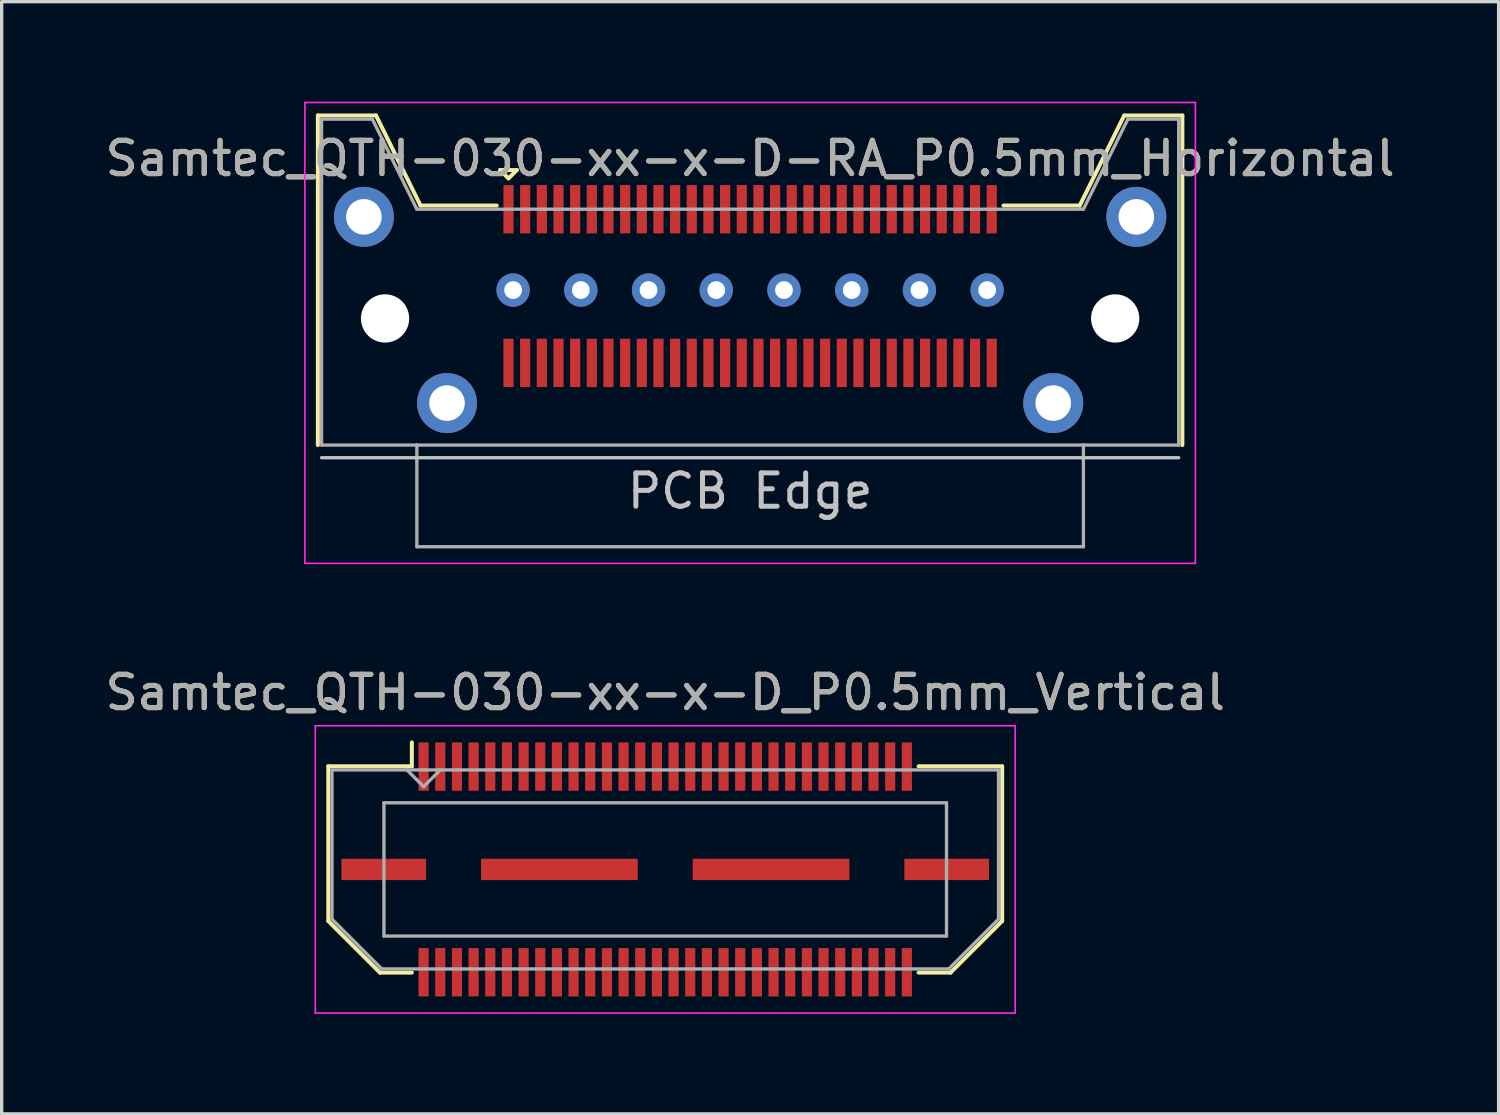
<source format=kicad_pcb>
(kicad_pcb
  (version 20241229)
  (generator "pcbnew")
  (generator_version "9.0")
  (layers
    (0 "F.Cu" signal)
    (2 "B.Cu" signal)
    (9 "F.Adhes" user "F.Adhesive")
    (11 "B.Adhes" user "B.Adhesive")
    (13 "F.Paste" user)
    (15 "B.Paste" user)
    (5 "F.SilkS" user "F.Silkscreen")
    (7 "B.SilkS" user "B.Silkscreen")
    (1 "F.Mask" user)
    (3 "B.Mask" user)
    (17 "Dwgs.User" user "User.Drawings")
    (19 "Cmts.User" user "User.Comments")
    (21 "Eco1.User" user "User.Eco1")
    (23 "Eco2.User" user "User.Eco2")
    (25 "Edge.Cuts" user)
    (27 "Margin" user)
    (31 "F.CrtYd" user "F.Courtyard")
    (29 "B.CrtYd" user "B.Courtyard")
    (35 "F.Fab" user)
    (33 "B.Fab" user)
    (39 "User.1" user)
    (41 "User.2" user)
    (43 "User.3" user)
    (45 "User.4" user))
  (footprint "Samtec_QTH-030-xx-x-D_P0.5mm_Vertical"
    (layer "F.Cu")
    (at 16.911 23.038)
    (property "Reference" "Samtec_QTH-030-xx-x-D_P0.5mm_Vertical" (at 0 -5.31 0) (layer "F.SilkS") (effects (font (size 1 1) (thickness 0.15))))
    (attr smd)
    (fp_line (start -10.11 -3.095) (end -10.11 1.548) (stroke (width 0.12) (type solid)) (layer "F.SilkS"))
    (fp_line (start -10.11 1.548) (end -8.562 3.095) (stroke (width 0.12) (type solid)) (layer "F.SilkS"))
    (fp_line (start -8.562 3.095) (end -7.603 3.095) (stroke (width 0.12) (type solid)) (layer "F.SilkS"))
    (fp_line (start -7.603 -3.811) (end -7.603 -3.095) (stroke (width 0.12) (type solid)) (layer "F.SilkS"))
    (fp_line (start -7.603 -3.095) (end -10.11 -3.095) (stroke (width 0.12) (type solid)) (layer "F.SilkS"))
    (fp_line (start 7.603 -3.095) (end 10.11 -3.095) (stroke (width 0.12) (type solid)) (layer "F.SilkS"))
    (fp_line (start 8.562 3.095) (end 7.603 3.095) (stroke (width 0.12) (type solid)) (layer "F.SilkS"))
    (fp_line (start 10.11 -3.095) (end 10.11 1.548) (stroke (width 0.12) (type solid)) (layer "F.SilkS"))
    (fp_line (start 10.11 1.548) (end 8.562 3.095) (stroke (width 0.12) (type solid)) (layer "F.SilkS"))
    (fp_line (start -10.5 -4.31) (end -10.5 4.31) (stroke (width 0.05) (type solid)) (layer "F.CrtYd"))
    (fp_line (start -10.5 4.31) (end 10.5 4.31) (stroke (width 0.05) (type solid)) (layer "F.CrtYd"))
    (fp_line (start 10.5 -4.31) (end -10.5 -4.31) (stroke (width 0.05) (type solid)) (layer "F.CrtYd"))
    (fp_line (start 10.5 4.31) (end 10.5 -4.31) (stroke (width 0.05) (type solid)) (layer "F.CrtYd"))
    (fp_line (start -10 -2.985) (end -10 1.492) (stroke (width 0.1) (type solid)) (layer "F.Fab"))
    (fp_line (start -10 -2.985) (end 10 -2.985) (stroke (width 0.1) (type solid)) (layer "F.Fab"))
    (fp_line (start -10 1.492) (end -8.508 2.985) (stroke (width 0.1) (type solid)) (layer "F.Fab"))
    (fp_line (start -8.508 2.985) (end 8.508 2.985) (stroke (width 0.1) (type solid)) (layer "F.Fab"))
    (fp_line (start -8.44 -2) (end -8.44 2) (stroke (width 0.1) (type solid)) (layer "F.Fab"))
    (fp_line (start -8.44 2) (end 8.44 2) (stroke (width 0.1) (type solid)) (layer "F.Fab"))
    (fp_line (start -7.25 -2.485) (end -7.75 -2.985) (stroke (width 0.1) (type solid)) (layer "F.Fab"))
    (fp_line (start -6.75 -2.985) (end -7.25 -2.485) (stroke (width 0.1) (type solid)) (layer "F.Fab"))
    (fp_line (start 8.44 -2) (end -8.44 -2) (stroke (width 0.1) (type solid)) (layer "F.Fab"))
    (fp_line (start 8.44 2) (end 8.44 -2) (stroke (width 0.1) (type solid)) (layer "F.Fab"))
    (fp_line (start 10 -2.985) (end 10 1.492) (stroke (width 0.1) (type solid)) (layer "F.Fab"))
    (fp_line (start 10 1.492) (end 8.508 2.985) (stroke (width 0.1) (type solid)) (layer "F.Fab"))
    (fp_text user "${REFERENCE}" (at 0 -5.31 0) (layer "F.Fab") (effects (font (size 1 1) (thickness 0.15))))
    (pad "1" smd rect (at -7.25 -3.086) (size 0.305 1.45) (layers "F.Cu" "F.Mask" "F.Paste"))
    (pad "2" smd rect (at -7.25 3.086) (size 0.305 1.45) (layers "F.Cu" "F.Mask" "F.Paste"))
    (pad "3" smd rect (at -6.75 -3.086) (size 0.305 1.45) (layers "F.Cu" "F.Mask" "F.Paste"))
    (pad "4" smd rect (at -6.75 3.086) (size 0.305 1.45) (layers "F.Cu" "F.Mask" "F.Paste"))
    (pad "5" smd rect (at -6.25 -3.086) (size 0.305 1.45) (layers "F.Cu" "F.Mask" "F.Paste"))
    (pad "6" smd rect (at -6.25 3.086) (size 0.305 1.45) (layers "F.Cu" "F.Mask" "F.Paste"))
    (pad "7" smd rect (at -5.75 -3.086) (size 0.305 1.45) (layers "F.Cu" "F.Mask" "F.Paste"))
    (pad "8" smd rect (at -5.75 3.086) (size 0.305 1.45) (layers "F.Cu" "F.Mask" "F.Paste"))
    (pad "9" smd rect (at -5.25 -3.086) (size 0.305 1.45) (layers "F.Cu" "F.Mask" "F.Paste"))
    (pad "10" smd rect (at -5.25 3.086) (size 0.305 1.45) (layers "F.Cu" "F.Mask" "F.Paste"))
    (pad "11" smd rect (at -4.75 -3.086) (size 0.305 1.45) (layers "F.Cu" "F.Mask" "F.Paste"))
    (pad "12" smd rect (at -4.75 3.086) (size 0.305 1.45) (layers "F.Cu" "F.Mask" "F.Paste"))
    (pad "13" smd rect (at -4.25 -3.086) (size 0.305 1.45) (layers "F.Cu" "F.Mask" "F.Paste"))
    (pad "14" smd rect (at -4.25 3.086) (size 0.305 1.45) (layers "F.Cu" "F.Mask" "F.Paste"))
    (pad "15" smd rect (at -3.75 -3.086) (size 0.305 1.45) (layers "F.Cu" "F.Mask" "F.Paste"))
    (pad "16" smd rect (at -3.75 3.086) (size 0.305 1.45) (layers "F.Cu" "F.Mask" "F.Paste"))
    (pad "17" smd rect (at -3.25 -3.086) (size 0.305 1.45) (layers "F.Cu" "F.Mask" "F.Paste"))
    (pad "18" smd rect (at -3.25 3.086) (size 0.305 1.45) (layers "F.Cu" "F.Mask" "F.Paste"))
    (pad "19" smd rect (at -2.75 -3.086) (size 0.305 1.45) (layers "F.Cu" "F.Mask" "F.Paste"))
    (pad "20" smd rect (at -2.75 3.086) (size 0.305 1.45) (layers "F.Cu" "F.Mask" "F.Paste"))
    (pad "21" smd rect (at -2.25 -3.086) (size 0.305 1.45) (layers "F.Cu" "F.Mask" "F.Paste"))
    (pad "22" smd rect (at -2.25 3.086) (size 0.305 1.45) (layers "F.Cu" "F.Mask" "F.Paste"))
    (pad "23" smd rect (at -1.75 -3.086) (size 0.305 1.45) (layers "F.Cu" "F.Mask" "F.Paste"))
    (pad "24" smd rect (at -1.75 3.086) (size 0.305 1.45) (layers "F.Cu" "F.Mask" "F.Paste"))
    (pad "25" smd rect (at -1.25 -3.086) (size 0.305 1.45) (layers "F.Cu" "F.Mask" "F.Paste"))
    (pad "26" smd rect (at -1.25 3.086) (size 0.305 1.45) (layers "F.Cu" "F.Mask" "F.Paste"))
    (pad "27" smd rect (at -0.75 -3.086) (size 0.305 1.45) (layers "F.Cu" "F.Mask" "F.Paste"))
    (pad "28" smd rect (at -0.75 3.086) (size 0.305 1.45) (layers "F.Cu" "F.Mask" "F.Paste"))
    (pad "29" smd rect (at -0.25 -3.086) (size 0.305 1.45) (layers "F.Cu" "F.Mask" "F.Paste"))
    (pad "30" smd rect (at -0.25 3.086) (size 0.305 1.45) (layers "F.Cu" "F.Mask" "F.Paste"))
    (pad "31" smd rect (at 0.25 -3.086) (size 0.305 1.45) (layers "F.Cu" "F.Mask" "F.Paste"))
    (pad "32" smd rect (at 0.25 3.086) (size 0.305 1.45) (layers "F.Cu" "F.Mask" "F.Paste"))
    (pad "33" smd rect (at 0.75 -3.086) (size 0.305 1.45) (layers "F.Cu" "F.Mask" "F.Paste"))
    (pad "34" smd rect (at 0.75 3.086) (size 0.305 1.45) (layers "F.Cu" "F.Mask" "F.Paste"))
    (pad "35" smd rect (at 1.25 -3.086) (size 0.305 1.45) (layers "F.Cu" "F.Mask" "F.Paste"))
    (pad "36" smd rect (at 1.25 3.086) (size 0.305 1.45) (layers "F.Cu" "F.Mask" "F.Paste"))
    (pad "37" smd rect (at 1.75 -3.086) (size 0.305 1.45) (layers "F.Cu" "F.Mask" "F.Paste"))
    (pad "38" smd rect (at 1.75 3.086) (size 0.305 1.45) (layers "F.Cu" "F.Mask" "F.Paste"))
    (pad "39" smd rect (at 2.25 -3.086) (size 0.305 1.45) (layers "F.Cu" "F.Mask" "F.Paste"))
    (pad "40" smd rect (at 2.25 3.086) (size 0.305 1.45) (layers "F.Cu" "F.Mask" "F.Paste"))
    (pad "41" smd rect (at 2.75 -3.086) (size 0.305 1.45) (layers "F.Cu" "F.Mask" "F.Paste"))
    (pad "42" smd rect (at 2.75 3.086) (size 0.305 1.45) (layers "F.Cu" "F.Mask" "F.Paste"))
    (pad "43" smd rect (at 3.25 -3.086) (size 0.305 1.45) (layers "F.Cu" "F.Mask" "F.Paste"))
    (pad "44" smd rect (at 3.25 3.086) (size 0.305 1.45) (layers "F.Cu" "F.Mask" "F.Paste"))
    (pad "45" smd rect (at 3.75 -3.086) (size 0.305 1.45) (layers "F.Cu" "F.Mask" "F.Paste"))
    (pad "46" smd rect (at 3.75 3.086) (size 0.305 1.45) (layers "F.Cu" "F.Mask" "F.Paste"))
    (pad "47" smd rect (at 4.25 -3.086) (size 0.305 1.45) (layers "F.Cu" "F.Mask" "F.Paste"))
    (pad "48" smd rect (at 4.25 3.086) (size 0.305 1.45) (layers "F.Cu" "F.Mask" "F.Paste"))
    (pad "49" smd rect (at 4.75 -3.086) (size 0.305 1.45) (layers "F.Cu" "F.Mask" "F.Paste"))
    (pad "50" smd rect (at 4.75 3.086) (size 0.305 1.45) (layers "F.Cu" "F.Mask" "F.Paste"))
    (pad "51" smd rect (at 5.25 -3.086) (size 0.305 1.45) (layers "F.Cu" "F.Mask" "F.Paste"))
    (pad "52" smd rect (at 5.25 3.086) (size 0.305 1.45) (layers "F.Cu" "F.Mask" "F.Paste"))
    (pad "53" smd rect (at 5.75 -3.086) (size 0.305 1.45) (layers "F.Cu" "F.Mask" "F.Paste"))
    (pad "54" smd rect (at 5.75 3.086) (size 0.305 1.45) (layers "F.Cu" "F.Mask" "F.Paste"))
    (pad "55" smd rect (at 6.25 -3.086) (size 0.305 1.45) (layers "F.Cu" "F.Mask" "F.Paste"))
    (pad "56" smd rect (at 6.25 3.086) (size 0.305 1.45) (layers "F.Cu" "F.Mask" "F.Paste"))
    (pad "57" smd rect (at 6.75 -3.086) (size 0.305 1.45) (layers "F.Cu" "F.Mask" "F.Paste"))
    (pad "58" smd rect (at 6.75 3.086) (size 0.305 1.45) (layers "F.Cu" "F.Mask" "F.Paste"))
    (pad "59" smd rect (at 7.25 -3.086) (size 0.305 1.45) (layers "F.Cu" "F.Mask" "F.Paste"))
    (pad "60" smd rect (at 7.25 3.086) (size 0.305 1.45) (layers "F.Cu" "F.Mask" "F.Paste"))
    (pad "P1" smd rect (at -8.445 0) (size 2.54 0.64) (layers "F.Cu" "F.Mask" "F.Paste"))
    (pad "P1" smd rect (at -3.175 0) (size 4.7 0.64) (layers "F.Cu" "F.Mask" "F.Paste"))
    (pad "P1" smd rect (at 3.175 0) (size 4.7 0.64) (layers "F.Cu" "F.Mask" "F.Paste"))
    (pad "P1" smd rect (at 8.445 0) (size 2.54 0.64) (layers "F.Cu" "F.Mask" "F.Paste")))
  (footprint "Samtec_QTH-030-xx-x-D-RA_P0.5mm_Horizontal"
    (layer "F.Cu")
    (at 19.458 6.505)
    (property "Reference" "Samtec_QTH-030-xx-x-D-RA_P0.5mm_Horizontal" (at 0 -4.8 0) (layer "F.SilkS") (effects (font (size 1 1) (thickness 0.15))))
    (attr smd)
    (fp_line (start -12.97 -6.09) (end -12.97 3.8) (stroke (width 0.12) (type solid)) (layer "F.SilkS"))
    (fp_line (start -11.225 -6.09) (end -12.97 -6.09) (stroke (width 0.12) (type solid)) (layer "F.SilkS"))
    (fp_line (start -9.89 -3.387) (end -11.225 -6.09) (stroke (width 0.12) (type solid)) (layer "F.SilkS"))
    (fp_line (start -9.89 -3.387) (end -7.603 -3.387) (stroke (width 0.12) (type solid)) (layer "F.SilkS"))
    (fp_line (start -7.5 -4.452) (end -7 -4.452) (stroke (width 0.12) (type solid)) (layer "F.SilkS"))
    (fp_line (start -7.25 -4.202) (end -7.5 -4.452) (stroke (width 0.12) (type solid)) (layer "F.SilkS"))
    (fp_line (start -7 -4.452) (end -7.25 -4.202) (stroke (width 0.12) (type solid)) (layer "F.SilkS"))
    (fp_line (start 9.89 -3.387) (end 7.603 -3.387) (stroke (width 0.12) (type solid)) (layer "F.SilkS"))
    (fp_line (start 9.89 -3.387) (end 11.225 -6.09) (stroke (width 0.12) (type solid)) (layer "F.SilkS"))
    (fp_line (start 11.225 -6.09) (end 12.97 -6.09) (stroke (width 0.12) (type solid)) (layer "F.SilkS"))
    (fp_line (start 12.97 -6.09) (end 12.97 3.8) (stroke (width 0.12) (type solid)) (layer "F.SilkS"))
    (fp_line (start -12.86 4.18) (end 12.86 4.18) (stroke (width 0.1) (type solid)) (layer "Dwgs.User"))
    (fp_line (start -13.36 -6.48) (end -13.36 7.35) (stroke (width 0.05) (type solid)) (layer "F.CrtYd"))
    (fp_line (start -13.36 7.35) (end 13.36 7.35) (stroke (width 0.05) (type solid)) (layer "F.CrtYd"))
    (fp_line (start 13.36 -6.48) (end -13.36 -6.48) (stroke (width 0.05) (type solid)) (layer "F.CrtYd"))
    (fp_line (start 13.36 7.35) (end 13.36 -6.48) (stroke (width 0.05) (type solid)) (layer "F.CrtYd"))
    (fp_line (start -12.86 -5.98) (end -12.86 3.8) (stroke (width 0.1) (type solid)) (layer "F.Fab"))
    (fp_line (start -12.86 3.8) (end -10 3.8) (stroke (width 0.1) (type solid)) (layer "F.Fab"))
    (fp_line (start -11.335 -5.98) (end -12.86 -5.98) (stroke (width 0.1) (type solid)) (layer "F.Fab"))
    (fp_line (start -10 -3.277) (end -11.335 -5.98) (stroke (width 0.1) (type solid)) (layer "F.Fab"))
    (fp_line (start -10 -3.277) (end 10 -3.277) (stroke (width 0.1) (type solid)) (layer "F.Fab"))
    (fp_line (start -10 3.8) (end -10 6.85) (stroke (width 0.1) (type solid)) (layer "F.Fab"))
    (fp_line (start -10 6.85) (end 10 6.85) (stroke (width 0.1) (type solid)) (layer "F.Fab"))
    (fp_line (start 10 -3.277) (end 11.335 -5.98) (stroke (width 0.1) (type solid)) (layer "F.Fab"))
    (fp_line (start 10 3.8) (end -10 3.8) (stroke (width 0.1) (type solid)) (layer "F.Fab"))
    (fp_line (start 10 6.85) (end 10 3.8) (stroke (width 0.1) (type solid)) (layer "F.Fab"))
    (fp_line (start 11.335 -5.98) (end 12.86 -5.98) (stroke (width 0.1) (type solid)) (layer "F.Fab"))
    (fp_line (start 12.86 -5.98) (end 12.86 3.8) (stroke (width 0.1) (type solid)) (layer "F.Fab"))
    (fp_line (start 12.86 3.8) (end 10 3.8) (stroke (width 0.1) (type solid)) (layer "F.Fab"))
    (fp_text user "PCB Edge" (at 0 5.18 0) (layer "Dwgs.User") (effects (font (size 1 1) (thickness 0.15))))
    (fp_text user "${REFERENCE}" (at 0 -4.8 0) (layer "F.Fab") (effects (font (size 1 1) (thickness 0.15))))
    (pad "" np_thru_hole circle (at -10.954 0) (size 1.448 1.448) (drill 1.448) (layers "*.Cu" "*.Mask"))
    (pad "" np_thru_hole circle (at 10.954 0) (size 1.448 1.448) (drill 1.448) (layers "*.Cu" "*.Mask"))
    (pad "1" smd rect (at -7.25 -3.277) (size 0.305 1.45) (layers "F.Cu" "F.Mask" "F.Paste"))
    (pad "2" smd rect (at -7.25 1.334) (size 0.305 1.45) (layers "F.Cu" "F.Mask" "F.Paste"))
    (pad "3" smd rect (at -6.75 -3.277) (size 0.305 1.45) (layers "F.Cu" "F.Mask" "F.Paste"))
    (pad "4" smd rect (at -6.75 1.334) (size 0.305 1.45) (layers "F.Cu" "F.Mask" "F.Paste"))
    (pad "5" smd rect (at -6.25 -3.277) (size 0.305 1.45) (layers "F.Cu" "F.Mask" "F.Paste"))
    (pad "6" smd rect (at -6.25 1.334) (size 0.305 1.45) (layers "F.Cu" "F.Mask" "F.Paste"))
    (pad "7" smd rect (at -5.75 -3.277) (size 0.305 1.45) (layers "F.Cu" "F.Mask" "F.Paste"))
    (pad "8" smd rect (at -5.75 1.334) (size 0.305 1.45) (layers "F.Cu" "F.Mask" "F.Paste"))
    (pad "9" smd rect (at -5.25 -3.277) (size 0.305 1.45) (layers "F.Cu" "F.Mask" "F.Paste"))
    (pad "10" smd rect (at -5.25 1.334) (size 0.305 1.45) (layers "F.Cu" "F.Mask" "F.Paste"))
    (pad "11" smd rect (at -4.75 -3.277) (size 0.305 1.45) (layers "F.Cu" "F.Mask" "F.Paste"))
    (pad "12" smd rect (at -4.75 1.334) (size 0.305 1.45) (layers "F.Cu" "F.Mask" "F.Paste"))
    (pad "13" smd rect (at -4.25 -3.277) (size 0.305 1.45) (layers "F.Cu" "F.Mask" "F.Paste"))
    (pad "14" smd rect (at -4.25 1.334) (size 0.305 1.45) (layers "F.Cu" "F.Mask" "F.Paste"))
    (pad "15" smd rect (at -3.75 -3.277) (size 0.305 1.45) (layers "F.Cu" "F.Mask" "F.Paste"))
    (pad "16" smd rect (at -3.75 1.334) (size 0.305 1.45) (layers "F.Cu" "F.Mask" "F.Paste"))
    (pad "17" smd rect (at -3.25 -3.277) (size 0.305 1.45) (layers "F.Cu" "F.Mask" "F.Paste"))
    (pad "18" smd rect (at -3.25 1.334) (size 0.305 1.45) (layers "F.Cu" "F.Mask" "F.Paste"))
    (pad "19" smd rect (at -2.75 -3.277) (size 0.305 1.45) (layers "F.Cu" "F.Mask" "F.Paste"))
    (pad "20" smd rect (at -2.75 1.334) (size 0.305 1.45) (layers "F.Cu" "F.Mask" "F.Paste"))
    (pad "21" smd rect (at -2.25 -3.277) (size 0.305 1.45) (layers "F.Cu" "F.Mask" "F.Paste"))
    (pad "22" smd rect (at -2.25 1.334) (size 0.305 1.45) (layers "F.Cu" "F.Mask" "F.Paste"))
    (pad "23" smd rect (at -1.75 -3.277) (size 0.305 1.45) (layers "F.Cu" "F.Mask" "F.Paste"))
    (pad "24" smd rect (at -1.75 1.334) (size 0.305 1.45) (layers "F.Cu" "F.Mask" "F.Paste"))
    (pad "25" smd rect (at -1.25 -3.277) (size 0.305 1.45) (layers "F.Cu" "F.Mask" "F.Paste"))
    (pad "26" smd rect (at -1.25 1.334) (size 0.305 1.45) (layers "F.Cu" "F.Mask" "F.Paste"))
    (pad "27" smd rect (at -0.75 -3.277) (size 0.305 1.45) (layers "F.Cu" "F.Mask" "F.Paste"))
    (pad "28" smd rect (at -0.75 1.334) (size 0.305 1.45) (layers "F.Cu" "F.Mask" "F.Paste"))
    (pad "29" smd rect (at -0.25 -3.277) (size 0.305 1.45) (layers "F.Cu" "F.Mask" "F.Paste"))
    (pad "30" smd rect (at -0.25 1.334) (size 0.305 1.45) (layers "F.Cu" "F.Mask" "F.Paste"))
    (pad "31" smd rect (at 0.25 -3.277) (size 0.305 1.45) (layers "F.Cu" "F.Mask" "F.Paste"))
    (pad "32" smd rect (at 0.25 1.334) (size 0.305 1.45) (layers "F.Cu" "F.Mask" "F.Paste"))
    (pad "33" smd rect (at 0.75 -3.277) (size 0.305 1.45) (layers "F.Cu" "F.Mask" "F.Paste"))
    (pad "34" smd rect (at 0.75 1.334) (size 0.305 1.45) (layers "F.Cu" "F.Mask" "F.Paste"))
    (pad "35" smd rect (at 1.25 -3.277) (size 0.305 1.45) (layers "F.Cu" "F.Mask" "F.Paste"))
    (pad "36" smd rect (at 1.25 1.334) (size 0.305 1.45) (layers "F.Cu" "F.Mask" "F.Paste"))
    (pad "37" smd rect (at 1.75 -3.277) (size 0.305 1.45) (layers "F.Cu" "F.Mask" "F.Paste"))
    (pad "38" smd rect (at 1.75 1.334) (size 0.305 1.45) (layers "F.Cu" "F.Mask" "F.Paste"))
    (pad "39" smd rect (at 2.25 -3.277) (size 0.305 1.45) (layers "F.Cu" "F.Mask" "F.Paste"))
    (pad "40" smd rect (at 2.25 1.334) (size 0.305 1.45) (layers "F.Cu" "F.Mask" "F.Paste"))
    (pad "41" smd rect (at 2.75 -3.277) (size 0.305 1.45) (layers "F.Cu" "F.Mask" "F.Paste"))
    (pad "42" smd rect (at 2.75 1.334) (size 0.305 1.45) (layers "F.Cu" "F.Mask" "F.Paste"))
    (pad "43" smd rect (at 3.25 -3.277) (size 0.305 1.45) (layers "F.Cu" "F.Mask" "F.Paste"))
    (pad "44" smd rect (at 3.25 1.334) (size 0.305 1.45) (layers "F.Cu" "F.Mask" "F.Paste"))
    (pad "45" smd rect (at 3.75 -3.277) (size 0.305 1.45) (layers "F.Cu" "F.Mask" "F.Paste"))
    (pad "46" smd rect (at 3.75 1.334) (size 0.305 1.45) (layers "F.Cu" "F.Mask" "F.Paste"))
    (pad "47" smd rect (at 4.25 -3.277) (size 0.305 1.45) (layers "F.Cu" "F.Mask" "F.Paste"))
    (pad "48" smd rect (at 4.25 1.334) (size 0.305 1.45) (layers "F.Cu" "F.Mask" "F.Paste"))
    (pad "49" smd rect (at 4.75 -3.277) (size 0.305 1.45) (layers "F.Cu" "F.Mask" "F.Paste"))
    (pad "50" smd rect (at 4.75 1.334) (size 0.305 1.45) (layers "F.Cu" "F.Mask" "F.Paste"))
    (pad "51" smd rect (at 5.25 -3.277) (size 0.305 1.45) (layers "F.Cu" "F.Mask" "F.Paste"))
    (pad "52" smd rect (at 5.25 1.334) (size 0.305 1.45) (layers "F.Cu" "F.Mask" "F.Paste"))
    (pad "53" smd rect (at 5.75 -3.277) (size 0.305 1.45) (layers "F.Cu" "F.Mask" "F.Paste"))
    (pad "54" smd rect (at 5.75 1.334) (size 0.305 1.45) (layers "F.Cu" "F.Mask" "F.Paste"))
    (pad "55" smd rect (at 6.25 -3.277) (size 0.305 1.45) (layers "F.Cu" "F.Mask" "F.Paste"))
    (pad "56" smd rect (at 6.25 1.334) (size 0.305 1.45) (layers "F.Cu" "F.Mask" "F.Paste"))
    (pad "57" smd rect (at 6.75 -3.277) (size 0.305 1.45) (layers "F.Cu" "F.Mask" "F.Paste"))
    (pad "58" smd rect (at 6.75 1.334) (size 0.305 1.45) (layers "F.Cu" "F.Mask" "F.Paste"))
    (pad "59" smd rect (at 7.25 -3.277) (size 0.305 1.45) (layers "F.Cu" "F.Mask" "F.Paste"))
    (pad "60" smd rect (at 7.25 1.334) (size 0.305 1.45) (layers "F.Cu" "F.Mask" "F.Paste"))
    (pad "MP" thru_hole circle (at -11.589 -3.048) (size 1.8 1.8) (drill 1.067) (layers "*.Cu" "*.Mask"))
    (pad "MP" thru_hole circle (at -9.095 2.54) (size 1.8 1.8) (drill 1.067) (layers "*.Cu" "*.Mask"))
    (pad "MP" thru_hole circle (at 9.095 2.54) (size 1.8 1.8) (drill 1.067) (layers "*.Cu" "*.Mask"))
    (pad "MP" thru_hole circle (at 11.589 -3.048) (size 1.8 1.8) (drill 1.067) (layers "*.Cu" "*.Mask"))
    (pad "P1" thru_hole circle (at -7.112 -0.851) (size 1 1) (drill 0.533) (layers "*.Cu" "*.Mask"))
    (pad "P1" thru_hole circle (at -5.08 -0.851) (size 1 1) (drill 0.533) (layers "*.Cu" "*.Mask"))
    (pad "P1" thru_hole circle (at -3.048 -0.851) (size 1 1) (drill 0.533) (layers "*.Cu" "*.Mask"))
    (pad "P1" thru_hole circle (at -1.016 -0.851) (size 1 1) (drill 0.533) (layers "*.Cu" "*.Mask"))
    (pad "P1" thru_hole circle (at 1.016 -0.851) (size 1 1) (drill 0.533) (layers "*.Cu" "*.Mask"))
    (pad "P1" thru_hole circle (at 3.048 -0.851) (size 1 1) (drill 0.533) (layers "*.Cu" "*.Mask"))
    (pad "P1" thru_hole circle (at 5.08 -0.851) (size 1 1) (drill 0.533) (layers "*.Cu" "*.Mask"))
    (pad "P1" thru_hole circle (at 7.112 -0.851) (size 1 1) (drill 0.533) (layers "*.Cu" "*.Mask")))
  (gr_rect
    (start -3 -3)
    (end 41.917 30.373)
    (stroke (width 0.1) (type default))
    (fill no)
    (layer "Edge.Cuts")))
</source>
